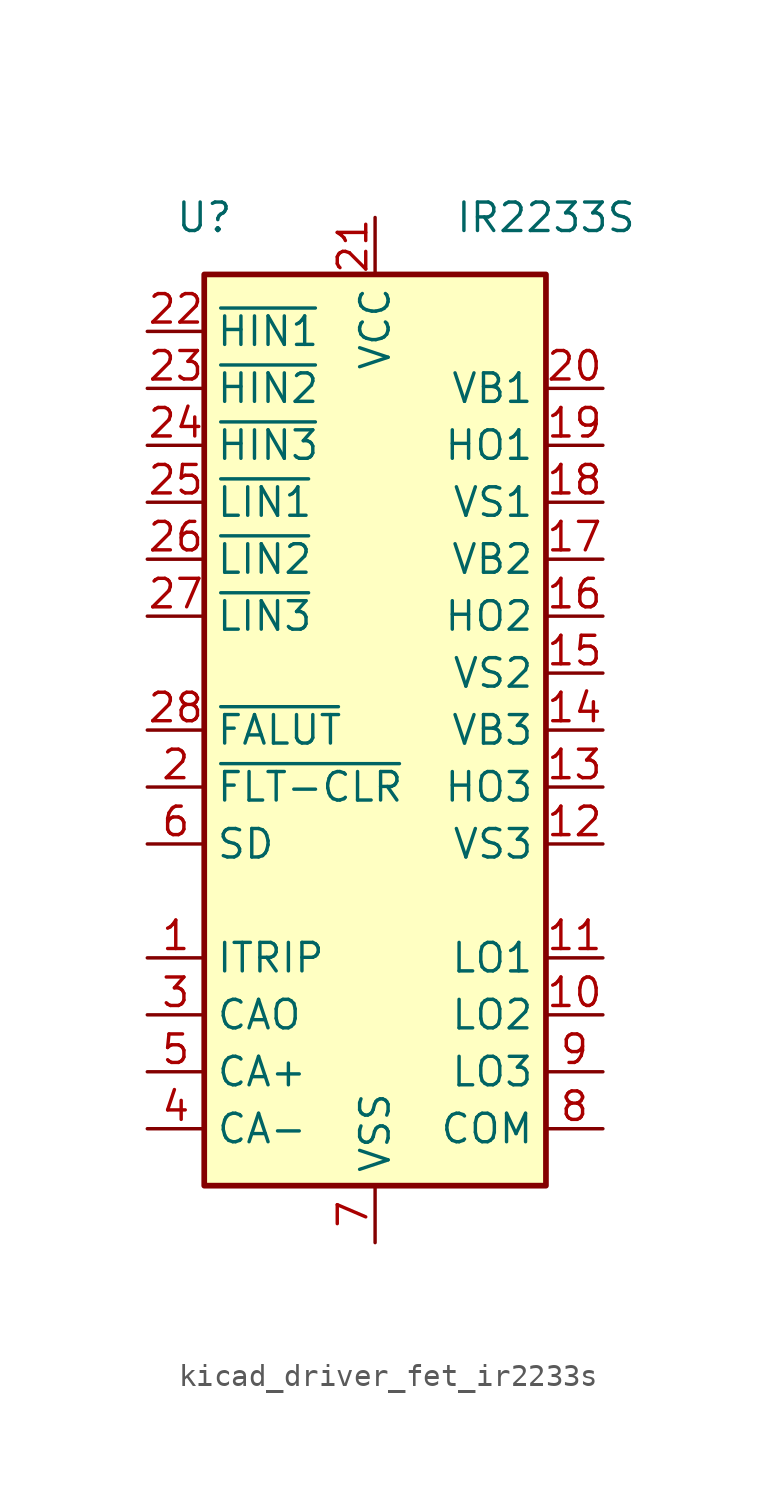
<source format=kicad_sym>
(kicad_symbol_lib
  (version 20220914)
  (generator kicad_symbol_editor)
  (symbol "kicad_driver_fet_ir2233s"
    (property "Reference" "U"
      (at -7.62 22.86 0)
      (effects (font (size 1.27 1.27))))
    (property "Value" "IR2233S"
      (at 7.62 22.86 0)
      (effects (font (size 1.27 1.27))))
    (symbol "kicad_driver_fet_ir2233s_1_1"
      (rectangle (start -7.62 -20.32) (end 7.62 20.32) (stroke (width 0.254) (type default)) (fill (type background)))
      (pin input line (at -10.16 -10.16 0) (length 2.54) (name "ITRIP" (effects (font (size 1.27 1.27)))) (number "1" (effects (font (size 1.27 1.27)))))
      (pin output line (at 10.16 -12.7 180) (length 2.54) (name "LO2" (effects (font (size 1.27 1.27)))) (number "10" (effects (font (size 1.27 1.27)))))
      (pin output line (at 10.16 -10.16 180) (length 2.54) (name "LO1" (effects (font (size 1.27 1.27)))) (number "11" (effects (font (size 1.27 1.27)))))
      (pin passive line (at 10.16 -5.08 180) (length 2.54) (name "VS3" (effects (font (size 1.27 1.27)))) (number "12" (effects (font (size 1.27 1.27)))))
      (pin output line (at 10.16 -2.54 180) (length 2.54) (name "HO3" (effects (font (size 1.27 1.27)))) (number "13" (effects (font (size 1.27 1.27)))))
      (pin passive line (at 10.16 0 180) (length 2.54) (name "VB3" (effects (font (size 1.27 1.27)))) (number "14" (effects (font (size 1.27 1.27)))))
      (pin passive line (at 10.16 2.54 180) (length 2.54) (name "VS2" (effects (font (size 1.27 1.27)))) (number "15" (effects (font (size 1.27 1.27)))))
      (pin output line (at 10.16 5.08 180) (length 2.54) (name "HO2" (effects (font (size 1.27 1.27)))) (number "16" (effects (font (size 1.27 1.27)))))
      (pin passive line (at 10.16 7.62 180) (length 2.54) (name "VB2" (effects (font (size 1.27 1.27)))) (number "17" (effects (font (size 1.27 1.27)))))
      (pin passive line (at 10.16 10.16 180) (length 2.54) (name "VS1" (effects (font (size 1.27 1.27)))) (number "18" (effects (font (size 1.27 1.27)))))
      (pin output line (at 10.16 12.7 180) (length 2.54) (name "HO1" (effects (font (size 1.27 1.27)))) (number "19" (effects (font (size 1.27 1.27)))))
      (pin input line (at -10.16 -2.54 0) (length 2.54) (name "~{FLT-CLR}" (effects (font (size 1.27 1.27)))) (number "2" (effects (font (size 1.27 1.27)))))
      (pin passive line (at 10.16 15.24 180) (length 2.54) (name "VB1" (effects (font (size 1.27 1.27)))) (number "20" (effects (font (size 1.27 1.27)))))
      (pin power_in line (at 0 22.86 270) (length 2.54) (name "VCC" (effects (font (size 1.27 1.27)))) (number "21" (effects (font (size 1.27 1.27)))))
      (pin input line (at -10.16 17.78 0) (length 2.54) (name "~{HIN1}" (effects (font (size 1.27 1.27)))) (number "22" (effects (font (size 1.27 1.27)))))
      (pin input line (at -10.16 15.24 0) (length 2.54) (name "~{HIN2}" (effects (font (size 1.27 1.27)))) (number "23" (effects (font (size 1.27 1.27)))))
      (pin input line (at -10.16 12.7 0) (length 2.54) (name "~{HIN3}" (effects (font (size 1.27 1.27)))) (number "24" (effects (font (size 1.27 1.27)))))
      (pin input line (at -10.16 10.16 0) (length 2.54) (name "~{LIN1}" (effects (font (size 1.27 1.27)))) (number "25" (effects (font (size 1.27 1.27)))))
      (pin input line (at -10.16 7.62 0) (length 2.54) (name "~{LIN2}" (effects (font (size 1.27 1.27)))) (number "26" (effects (font (size 1.27 1.27)))))
      (pin input line (at -10.16 5.08 0) (length 2.54) (name "~{LIN3}" (effects (font (size 1.27 1.27)))) (number "27" (effects (font (size 1.27 1.27)))))
      (pin output line (at -10.16 0 0) (length 2.54) (name "~{FALUT}" (effects (font (size 1.27 1.27)))) (number "28" (effects (font (size 1.27 1.27)))))
      (pin output line (at -10.16 -12.7 0) (length 2.54) (name "CAO" (effects (font (size 1.27 1.27)))) (number "3" (effects (font (size 1.27 1.27)))))
      (pin input line (at -10.16 -17.78 0) (length 2.54) (name "CA-" (effects (font (size 1.27 1.27)))) (number "4" (effects (font (size 1.27 1.27)))))
      (pin input line (at -10.16 -15.24 0) (length 2.54) (name "CA+" (effects (font (size 1.27 1.27)))) (number "5" (effects (font (size 1.27 1.27)))))
      (pin input line (at -10.16 -5.08 0) (length 2.54) (name "SD" (effects (font (size 1.27 1.27)))) (number "6" (effects (font (size 1.27 1.27)))))
      (pin power_in line (at 0 -22.86 90) (length 2.54) (name "VSS" (effects (font (size 1.27 1.27)))) (number "7" (effects (font (size 1.27 1.27)))))
      (pin passive line (at 10.16 -17.78 180) (length 2.54) (name "COM" (effects (font (size 1.27 1.27)))) (number "8" (effects (font (size 1.27 1.27)))))
      (pin output line (at 10.16 -15.24 180) (length 2.54) (name "LO3" (effects (font (size 1.27 1.27)))) (number "9" (effects (font (size 1.27 1.27))))))))
</source>
